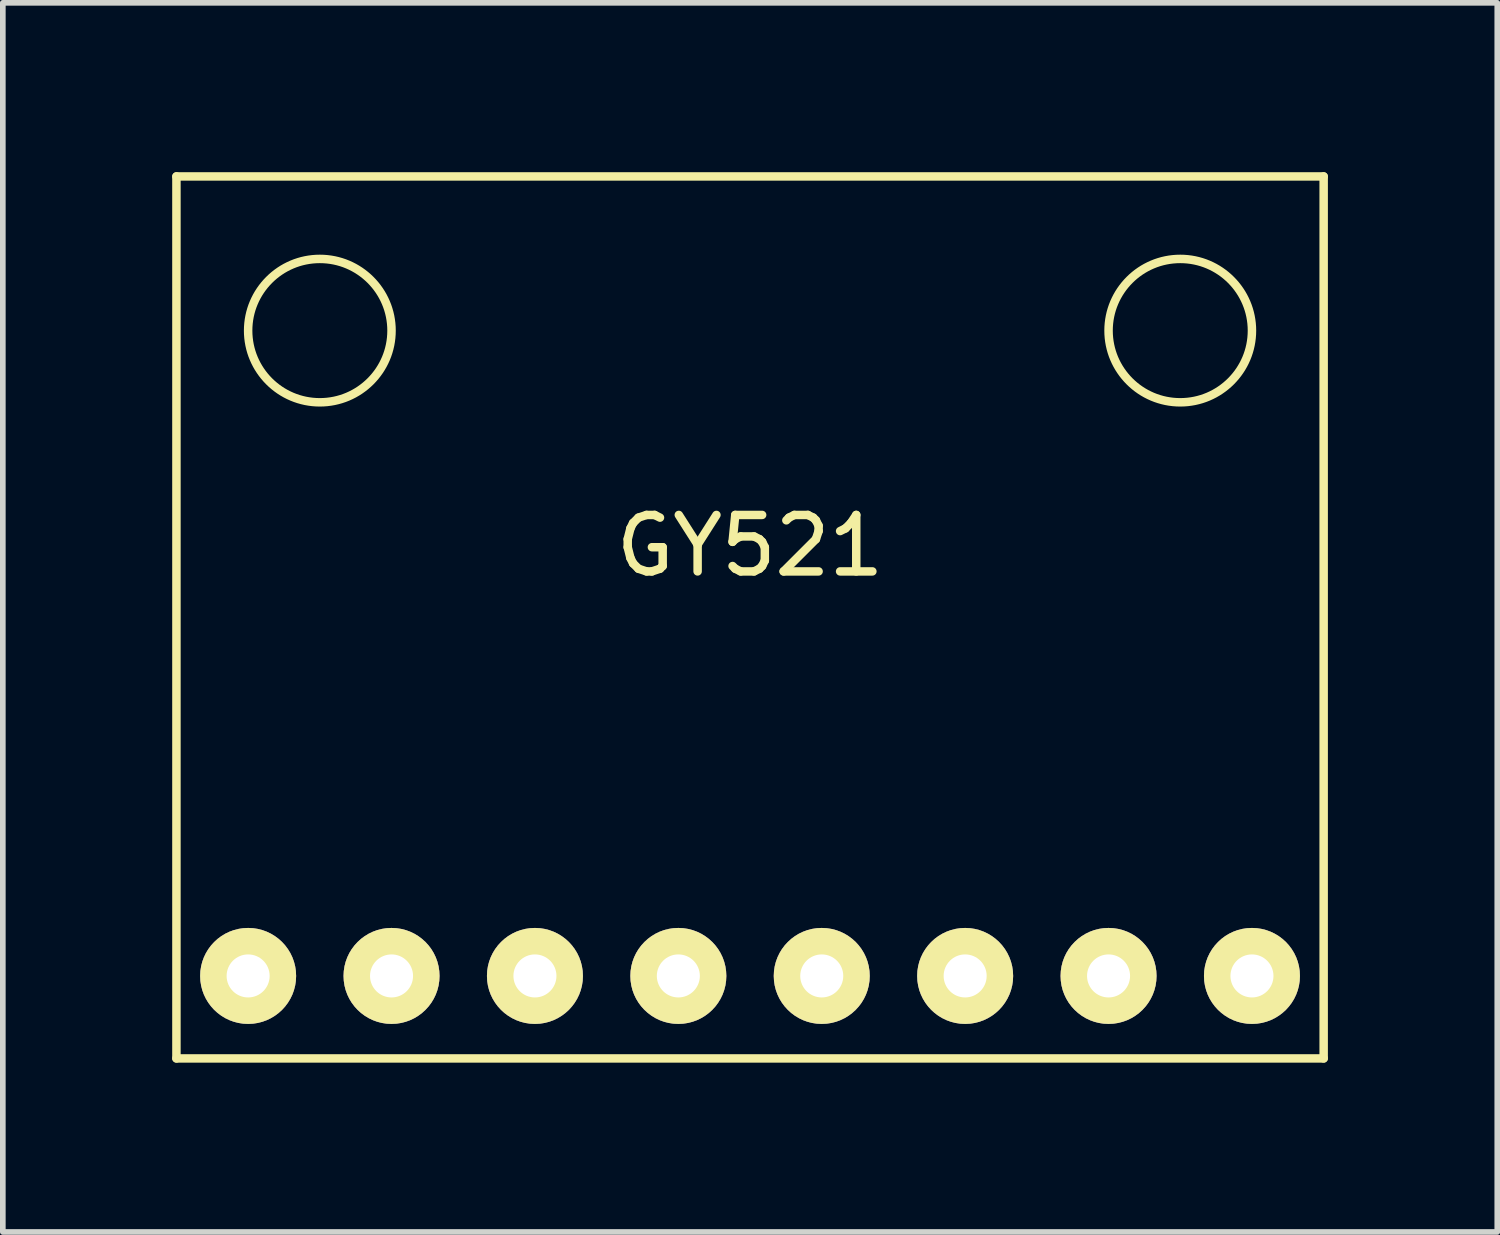
<source format=kicad_pcb>
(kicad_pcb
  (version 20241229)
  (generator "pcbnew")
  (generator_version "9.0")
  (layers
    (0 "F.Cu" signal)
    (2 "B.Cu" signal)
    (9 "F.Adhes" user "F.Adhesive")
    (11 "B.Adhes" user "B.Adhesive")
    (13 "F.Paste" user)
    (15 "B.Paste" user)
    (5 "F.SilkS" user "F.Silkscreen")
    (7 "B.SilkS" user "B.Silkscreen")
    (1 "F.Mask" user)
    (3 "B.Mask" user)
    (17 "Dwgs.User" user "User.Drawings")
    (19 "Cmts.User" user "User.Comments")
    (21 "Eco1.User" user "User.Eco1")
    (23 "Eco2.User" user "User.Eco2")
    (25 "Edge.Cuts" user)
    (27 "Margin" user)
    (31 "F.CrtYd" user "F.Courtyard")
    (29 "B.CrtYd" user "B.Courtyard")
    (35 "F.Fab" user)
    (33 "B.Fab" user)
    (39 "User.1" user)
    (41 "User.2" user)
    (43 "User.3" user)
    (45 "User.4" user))
  (footprint "GY521"
    (layer "F.Cu")
    (at 10.235 7.886)
    (property "Reference" "GY521" (at 0 -1.27 0) (layer "F.SilkS") (effects (font (size 1 1) (thickness 0.15))))
    (attr through_hole)
    (fp_line (start -10.16 -7.811) (end 10.16 -7.811) (stroke (width 0.15) (type solid)) (layer "F.SilkS"))
    (fp_line (start -10.16 7.811) (end -10.16 -7.811) (stroke (width 0.15) (type solid)) (layer "F.SilkS"))
    (fp_line (start 10.16 -7.811) (end 10.16 7.811) (stroke (width 0.15) (type solid)) (layer "F.SilkS"))
    (fp_line (start 10.16 7.811) (end -10.16 7.811) (stroke (width 0.15) (type solid)) (layer "F.SilkS"))
    (fp_circle (center -7.62 -5.08) (end -6.35 -5.08) (stroke (width 0.15) (type solid)) (fill no) (layer "F.SilkS"))
    (fp_circle (center 7.62 -5.08) (end 8.89 -5.08) (stroke (width 0.15) (type solid)) (fill no) (layer "F.SilkS"))
    (pad "1" thru_hole circle (at -8.89 6.35) (size 1.7 1.7) (drill 0.762) (layers "*.Cu" "*.Mask" "F.SilkS"))
    (pad "2" thru_hole circle (at -6.35 6.35) (size 1.7 1.7) (drill 0.762) (layers "*.Cu" "*.Mask" "F.SilkS"))
    (pad "3" thru_hole circle (at -3.81 6.35) (size 1.7 1.7) (drill 0.762) (layers "*.Cu" "*.Mask" "F.SilkS"))
    (pad "4" thru_hole circle (at -1.27 6.35) (size 1.7 1.7) (drill 0.762) (layers "*.Cu" "*.Mask" "F.SilkS"))
    (pad "5" thru_hole circle (at 1.27 6.35) (size 1.7 1.7) (drill 0.762) (layers "*.Cu" "*.Mask" "F.SilkS"))
    (pad "6" thru_hole circle (at 3.81 6.35) (size 1.7 1.7) (drill 0.762) (layers "*.Cu" "*.Mask" "F.SilkS"))
    (pad "7" thru_hole circle (at 6.35 6.35) (size 1.7 1.7) (drill 0.762) (layers "*.Cu" "*.Mask" "F.SilkS"))
    (pad "8" thru_hole circle (at 8.89 6.35) (size 1.7 1.7) (drill 0.762) (layers "*.Cu" "*.Mask" "F.SilkS")))
  (gr_rect
    (start -3 -3)
    (end 23.47 18.771)
    (stroke (width 0.1) (type default))
    (fill no)
    (layer "Edge.Cuts")))
</source>
